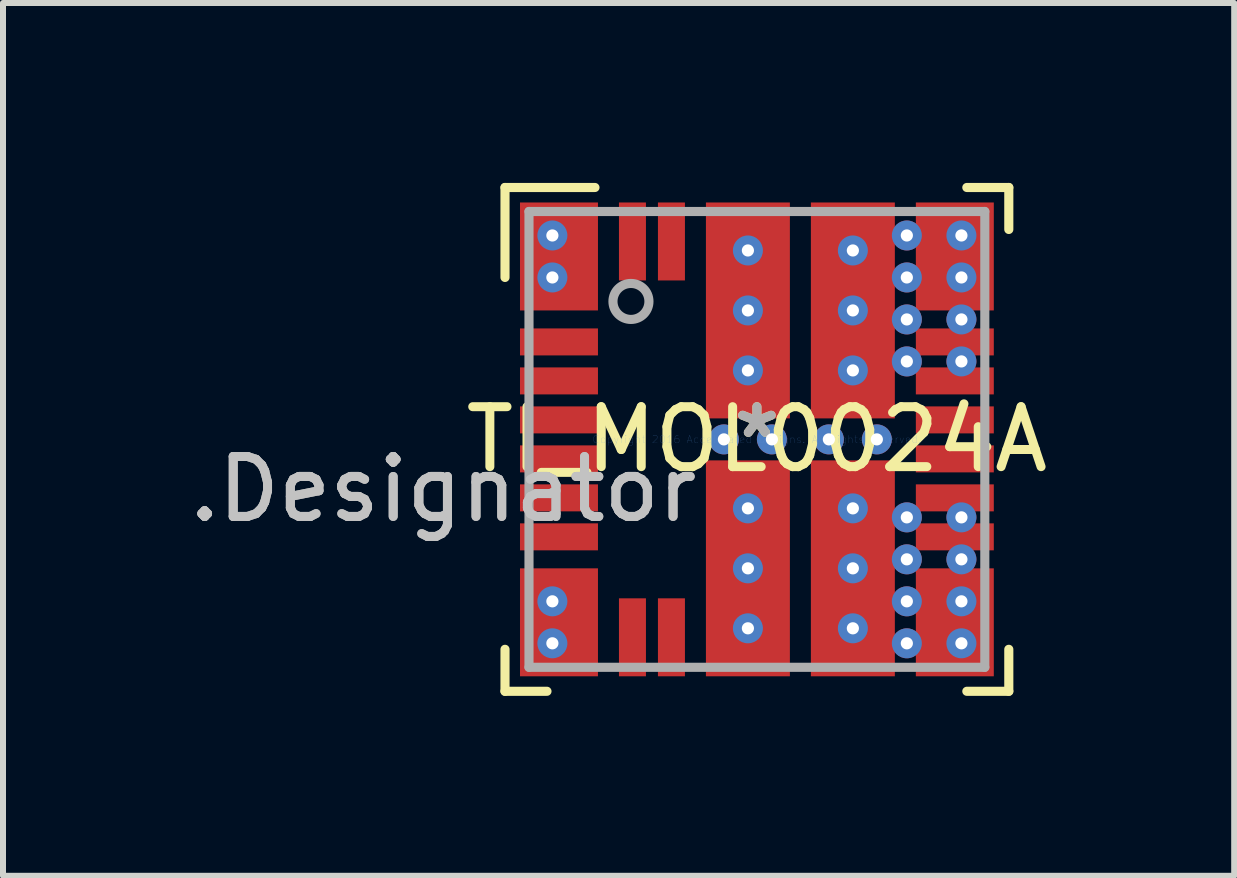
<source format=kicad_pcb>
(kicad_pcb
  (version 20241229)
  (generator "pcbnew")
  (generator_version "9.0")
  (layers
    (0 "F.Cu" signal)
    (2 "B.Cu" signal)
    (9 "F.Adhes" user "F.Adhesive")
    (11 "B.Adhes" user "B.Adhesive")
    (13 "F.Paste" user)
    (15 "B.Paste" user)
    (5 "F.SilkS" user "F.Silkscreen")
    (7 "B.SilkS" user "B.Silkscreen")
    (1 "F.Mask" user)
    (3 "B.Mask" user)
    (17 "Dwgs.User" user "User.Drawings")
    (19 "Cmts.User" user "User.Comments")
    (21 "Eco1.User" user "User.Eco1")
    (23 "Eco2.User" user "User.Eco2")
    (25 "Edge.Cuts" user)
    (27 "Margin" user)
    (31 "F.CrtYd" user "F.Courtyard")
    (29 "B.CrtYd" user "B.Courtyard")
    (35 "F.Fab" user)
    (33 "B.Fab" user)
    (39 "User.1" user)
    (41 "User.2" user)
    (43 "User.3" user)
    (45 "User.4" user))
  (footprint "TI_MOL0024A"
    (layer "F.Cu")
    (at 9.57 4.276)
    (property "Reference" "TI_MOL0024A" (at 0 0 0) (layer "F.SilkS") (effects (font (size 1 1) (thickness 0.15))))
    (fp_line (start -4.2 -4.2) (end -2.7 -4.2) (stroke (width 0.152) (type solid)) (layer "F.SilkS"))
    (fp_line (start -4.2 -2.7) (end -4.2 -4.2) (stroke (width 0.152) (type solid)) (layer "F.SilkS"))
    (fp_line (start -4.2 4.2) (end -4.2 3.5) (stroke (width 0.152) (type solid)) (layer "F.SilkS"))
    (fp_line (start -4.2 4.2) (end -3.5 4.2) (stroke (width 0.152) (type solid)) (layer "F.SilkS"))
    (fp_line (start 3.5 -4.2) (end 4.2 -4.2) (stroke (width 0.152) (type solid)) (layer "F.SilkS"))
    (fp_line (start 3.5 4.2) (end 4.2 4.2) (stroke (width 0.152) (type solid)) (layer "F.SilkS"))
    (fp_line (start 4.2 -3.5) (end 4.2 -4.2) (stroke (width 0.152) (type solid)) (layer "F.SilkS"))
    (fp_line (start 4.2 4.2) (end 4.2 3.5) (stroke (width 0.152) (type solid)) (layer "F.SilkS"))
    (fp_line (start -3.85 -3.8) (end -3.849 -3.81) (stroke (width 0.152) (type solid)) (layer "F.Paste"))
    (fp_line (start -3.85 -2.3) (end -3.85 -3.8) (stroke (width 0.152) (type solid)) (layer "F.Paste"))
    (fp_line (start -3.85 2.3) (end -3.849 2.29) (stroke (width 0.152) (type solid)) (layer "F.Paste"))
    (fp_line (start -3.85 3.8) (end -3.85 2.3) (stroke (width 0.152) (type solid)) (layer "F.Paste"))
    (fp_line (start -3.849 -3.81) (end -3.846 -3.819) (stroke (width 0.152) (type solid)) (layer "F.Paste"))
    (fp_line (start -3.849 -2.29) (end -3.85 -2.3) (stroke (width 0.152) (type solid)) (layer "F.Paste"))
    (fp_line (start -3.849 2.29) (end -3.846 2.281) (stroke (width 0.152) (type solid)) (layer "F.Paste"))
    (fp_line (start -3.849 3.81) (end -3.85 3.8) (stroke (width 0.152) (type solid)) (layer "F.Paste"))
    (fp_line (start -3.846 -3.819) (end -3.842 -3.828) (stroke (width 0.152) (type solid)) (layer "F.Paste"))
    (fp_line (start -3.846 -2.281) (end -3.849 -2.29) (stroke (width 0.152) (type solid)) (layer "F.Paste"))
    (fp_line (start -3.846 2.281) (end -3.842 2.272) (stroke (width 0.152) (type solid)) (layer "F.Paste"))
    (fp_line (start -3.846 3.819) (end -3.849 3.81) (stroke (width 0.152) (type solid)) (layer "F.Paste"))
    (fp_line (start -3.842 -3.828) (end -3.836 -3.836) (stroke (width 0.152) (type solid)) (layer "F.Paste"))
    (fp_line (start -3.842 -2.272) (end -3.846 -2.281) (stroke (width 0.152) (type solid)) (layer "F.Paste"))
    (fp_line (start -3.842 2.272) (end -3.836 2.264) (stroke (width 0.152) (type solid)) (layer "F.Paste"))
    (fp_line (start -3.842 3.828) (end -3.846 3.819) (stroke (width 0.152) (type solid)) (layer "F.Paste"))
    (fp_line (start -3.836 -3.836) (end -3.828 -3.842) (stroke (width 0.152) (type solid)) (layer "F.Paste"))
    (fp_line (start -3.836 -2.264) (end -3.842 -2.272) (stroke (width 0.152) (type solid)) (layer "F.Paste"))
    (fp_line (start -3.836 2.264) (end -3.828 2.258) (stroke (width 0.152) (type solid)) (layer "F.Paste"))
    (fp_line (start -3.836 3.836) (end -3.842 3.828) (stroke (width 0.152) (type solid)) (layer "F.Paste"))
    (fp_line (start -3.828 -3.842) (end -3.819 -3.846) (stroke (width 0.152) (type solid)) (layer "F.Paste"))
    (fp_line (start -3.828 -2.258) (end -3.836 -2.264) (stroke (width 0.152) (type solid)) (layer "F.Paste"))
    (fp_line (start -3.828 2.258) (end -3.819 2.254) (stroke (width 0.152) (type solid)) (layer "F.Paste"))
    (fp_line (start -3.828 3.842) (end -3.836 3.836) (stroke (width 0.152) (type solid)) (layer "F.Paste"))
    (fp_line (start -3.819 -3.846) (end -3.81 -3.849) (stroke (width 0.152) (type solid)) (layer "F.Paste"))
    (fp_line (start -3.819 -2.254) (end -3.828 -2.258) (stroke (width 0.152) (type solid)) (layer "F.Paste"))
    (fp_line (start -3.819 2.254) (end -3.81 2.251) (stroke (width 0.152) (type solid)) (layer "F.Paste"))
    (fp_line (start -3.819 3.846) (end -3.828 3.842) (stroke (width 0.152) (type solid)) (layer "F.Paste"))
    (fp_line (start -3.81 -3.849) (end -3.8 -3.85) (stroke (width 0.152) (type solid)) (layer "F.Paste"))
    (fp_line (start -3.81 -2.251) (end -3.819 -2.254) (stroke (width 0.152) (type solid)) (layer "F.Paste"))
    (fp_line (start -3.81 2.251) (end -3.8 2.25) (stroke (width 0.152) (type solid)) (layer "F.Paste"))
    (fp_line (start -3.81 3.849) (end -3.819 3.846) (stroke (width 0.152) (type solid)) (layer "F.Paste"))
    (fp_line (start -3.8 -3.85) (end -2.8 -3.85) (stroke (width 0.152) (type solid)) (layer "F.Paste"))
    (fp_line (start -3.8 -2.25) (end -3.81 -2.251) (stroke (width 0.152) (type solid)) (layer "F.Paste"))
    (fp_line (start -3.8 2.25) (end -2.8 2.25) (stroke (width 0.152) (type solid)) (layer "F.Paste"))
    (fp_line (start -3.8 3.85) (end -3.81 3.849) (stroke (width 0.152) (type solid)) (layer "F.Paste"))
    (fp_line (start -2.8 -3.85) (end -2.79 -3.849) (stroke (width 0.152) (type solid)) (layer "F.Paste"))
    (fp_line (start -2.8 -2.25) (end -3.8 -2.25) (stroke (width 0.152) (type solid)) (layer "F.Paste"))
    (fp_line (start -2.8 2.25) (end -2.79 2.251) (stroke (width 0.152) (type solid)) (layer "F.Paste"))
    (fp_line (start -2.8 3.85) (end -3.8 3.85) (stroke (width 0.152) (type solid)) (layer "F.Paste"))
    (fp_line (start -2.79 -3.849) (end -2.781 -3.846) (stroke (width 0.152) (type solid)) (layer "F.Paste"))
    (fp_line (start -2.79 -2.251) (end -2.8 -2.25) (stroke (width 0.152) (type solid)) (layer "F.Paste"))
    (fp_line (start -2.79 2.251) (end -2.781 2.254) (stroke (width 0.152) (type solid)) (layer "F.Paste"))
    (fp_line (start -2.79 3.849) (end -2.8 3.85) (stroke (width 0.152) (type solid)) (layer "F.Paste"))
    (fp_line (start -2.781 -3.846) (end -2.772 -3.842) (stroke (width 0.152) (type solid)) (layer "F.Paste"))
    (fp_line (start -2.781 -2.254) (end -2.79 -2.251) (stroke (width 0.152) (type solid)) (layer "F.Paste"))
    (fp_line (start -2.781 2.254) (end -2.772 2.258) (stroke (width 0.152) (type solid)) (layer "F.Paste"))
    (fp_line (start -2.781 3.846) (end -2.79 3.849) (stroke (width 0.152) (type solid)) (layer "F.Paste"))
    (fp_line (start -2.772 -3.842) (end -2.764 -3.836) (stroke (width 0.152) (type solid)) (layer "F.Paste"))
    (fp_line (start -2.772 -2.258) (end -2.781 -2.254) (stroke (width 0.152) (type solid)) (layer "F.Paste"))
    (fp_line (start -2.772 2.258) (end -2.764 2.264) (stroke (width 0.152) (type solid)) (layer "F.Paste"))
    (fp_line (start -2.772 3.842) (end -2.781 3.846) (stroke (width 0.152) (type solid)) (layer "F.Paste"))
    (fp_line (start -2.764 -3.836) (end -2.758 -3.828) (stroke (width 0.152) (type solid)) (layer "F.Paste"))
    (fp_line (start -2.764 -2.264) (end -2.772 -2.258) (stroke (width 0.152) (type solid)) (layer "F.Paste"))
    (fp_line (start -2.764 2.264) (end -2.758 2.272) (stroke (width 0.152) (type solid)) (layer "F.Paste"))
    (fp_line (start -2.764 3.836) (end -2.772 3.842) (stroke (width 0.152) (type solid)) (layer "F.Paste"))
    (fp_line (start -2.758 -3.828) (end -2.754 -3.819) (stroke (width 0.152) (type solid)) (layer "F.Paste"))
    (fp_line (start -2.758 -2.272) (end -2.764 -2.264) (stroke (width 0.152) (type solid)) (layer "F.Paste"))
    (fp_line (start -2.758 2.272) (end -2.754 2.281) (stroke (width 0.152) (type solid)) (layer "F.Paste"))
    (fp_line (start -2.758 3.828) (end -2.764 3.836) (stroke (width 0.152) (type solid)) (layer "F.Paste"))
    (fp_line (start -2.754 -3.819) (end -2.751 -3.81) (stroke (width 0.152) (type solid)) (layer "F.Paste"))
    (fp_line (start -2.754 -2.281) (end -2.758 -2.272) (stroke (width 0.152) (type solid)) (layer "F.Paste"))
    (fp_line (start -2.754 2.281) (end -2.751 2.29) (stroke (width 0.152) (type solid)) (layer "F.Paste"))
    (fp_line (start -2.754 3.819) (end -2.758 3.828) (stroke (width 0.152) (type solid)) (layer "F.Paste"))
    (fp_line (start -2.751 -3.81) (end -2.75 -3.8) (stroke (width 0.152) (type solid)) (layer "F.Paste"))
    (fp_line (start -2.751 -2.29) (end -2.754 -2.281) (stroke (width 0.152) (type solid)) (layer "F.Paste"))
    (fp_line (start -2.751 2.29) (end -2.75 2.3) (stroke (width 0.152) (type solid)) (layer "F.Paste"))
    (fp_line (start -2.751 3.81) (end -2.754 3.819) (stroke (width 0.152) (type solid)) (layer "F.Paste"))
    (fp_line (start -2.75 -3.8) (end -2.75 -2.3) (stroke (width 0.152) (type solid)) (layer "F.Paste"))
    (fp_line (start -2.75 -2.3) (end -2.751 -2.29) (stroke (width 0.152) (type solid)) (layer "F.Paste"))
    (fp_line (start -2.75 2.3) (end -2.75 3.8) (stroke (width 0.152) (type solid)) (layer "F.Paste"))
    (fp_line (start -2.75 3.8) (end -2.751 3.81) (stroke (width 0.152) (type solid)) (layer "F.Paste"))
    (fp_line (start -0.75 -3.802) (end -0.749 -3.811) (stroke (width 0.152) (type solid)) (layer "F.Paste"))
    (fp_line (start -0.75 -2.298) (end -0.75 -3.802) (stroke (width 0.152) (type solid)) (layer "F.Paste"))
    (fp_line (start -0.75 -2.002) (end -0.749 -2.011) (stroke (width 0.152) (type solid)) (layer "F.Paste"))
    (fp_line (start -0.75 -0.498) (end -0.75 -2.002) (stroke (width 0.152) (type solid)) (layer "F.Paste"))
    (fp_line (start -0.75 0.498) (end -0.749 0.489) (stroke (width 0.152) (type solid)) (layer "F.Paste"))
    (fp_line (start -0.75 2.002) (end -0.75 0.498) (stroke (width 0.152) (type solid)) (layer "F.Paste"))
    (fp_line (start -0.75 2.298) (end -0.749 2.289) (stroke (width 0.152) (type solid)) (layer "F.Paste"))
    (fp_line (start -0.75 3.802) (end -0.75 2.298) (stroke (width 0.152) (type solid)) (layer "F.Paste"))
    (fp_line (start -0.749 -3.811) (end -0.746 -3.82) (stroke (width 0.152) (type solid)) (layer "F.Paste"))
    (fp_line (start -0.749 -2.289) (end -0.75 -2.298) (stroke (width 0.152) (type solid)) (layer "F.Paste"))
    (fp_line (start -0.749 -2.011) (end -0.746 -2.02) (stroke (width 0.152) (type solid)) (layer "F.Paste"))
    (fp_line (start -0.749 -0.489) (end -0.75 -0.498) (stroke (width 0.152) (type solid)) (layer "F.Paste"))
    (fp_line (start -0.749 0.489) (end -0.746 0.48) (stroke (width 0.152) (type solid)) (layer "F.Paste"))
    (fp_line (start -0.749 2.011) (end -0.75 2.002) (stroke (width 0.152) (type solid)) (layer "F.Paste"))
    (fp_line (start -0.749 2.289) (end -0.746 2.28) (stroke (width 0.152) (type solid)) (layer "F.Paste"))
    (fp_line (start -0.749 3.811) (end -0.75 3.802) (stroke (width 0.152) (type solid)) (layer "F.Paste"))
    (fp_line (start -0.746 -3.82) (end -0.742 -3.829) (stroke (width 0.152) (type solid)) (layer "F.Paste"))
    (fp_line (start -0.746 -2.28) (end -0.749 -2.289) (stroke (width 0.152) (type solid)) (layer "F.Paste"))
    (fp_line (start -0.746 -2.02) (end -0.742 -2.029) (stroke (width 0.152) (type solid)) (layer "F.Paste"))
    (fp_line (start -0.746 -0.48) (end -0.749 -0.489) (stroke (width 0.152) (type solid)) (layer "F.Paste"))
    (fp_line (start -0.746 0.48) (end -0.742 0.471) (stroke (width 0.152) (type solid)) (layer "F.Paste"))
    (fp_line (start -0.746 2.02) (end -0.749 2.011) (stroke (width 0.152) (type solid)) (layer "F.Paste"))
    (fp_line (start -0.746 2.28) (end -0.742 2.271) (stroke (width 0.152) (type solid)) (layer "F.Paste"))
    (fp_line (start -0.746 3.82) (end -0.749 3.811) (stroke (width 0.152) (type solid)) (layer "F.Paste"))
    (fp_line (start -0.742 -3.829) (end -0.736 -3.836) (stroke (width 0.152) (type solid)) (layer "F.Paste"))
    (fp_line (start -0.742 -2.271) (end -0.746 -2.28) (stroke (width 0.152) (type solid)) (layer "F.Paste"))
    (fp_line (start -0.742 -2.029) (end -0.736 -2.036) (stroke (width 0.152) (type solid)) (layer "F.Paste"))
    (fp_line (start -0.742 -0.471) (end -0.746 -0.48) (stroke (width 0.152) (type solid)) (layer "F.Paste"))
    (fp_line (start -0.742 0.471) (end -0.736 0.464) (stroke (width 0.152) (type solid)) (layer "F.Paste"))
    (fp_line (start -0.742 2.029) (end -0.746 2.02) (stroke (width 0.152) (type solid)) (layer "F.Paste"))
    (fp_line (start -0.742 2.271) (end -0.736 2.264) (stroke (width 0.152) (type solid)) (layer "F.Paste"))
    (fp_line (start -0.742 3.829) (end -0.746 3.82) (stroke (width 0.152) (type solid)) (layer "F.Paste"))
    (fp_line (start -0.736 -3.836) (end -0.729 -3.842) (stroke (width 0.152) (type solid)) (layer "F.Paste"))
    (fp_line (start -0.736 -2.264) (end -0.742 -2.271) (stroke (width 0.152) (type solid)) (layer "F.Paste"))
    (fp_line (start -0.736 -2.036) (end -0.729 -2.042) (stroke (width 0.152) (type solid)) (layer "F.Paste"))
    (fp_line (start -0.736 -0.464) (end -0.742 -0.471) (stroke (width 0.152) (type solid)) (layer "F.Paste"))
    (fp_line (start -0.736 0.464) (end -0.729 0.458) (stroke (width 0.152) (type solid)) (layer "F.Paste"))
    (fp_line (start -0.736 2.036) (end -0.742 2.029) (stroke (width 0.152) (type solid)) (layer "F.Paste"))
    (fp_line (start -0.736 2.264) (end -0.729 2.258) (stroke (width 0.152) (type solid)) (layer "F.Paste"))
    (fp_line (start -0.736 3.836) (end -0.742 3.829) (stroke (width 0.152) (type solid)) (layer "F.Paste"))
    (fp_line (start -0.729 -3.842) (end -0.72 -3.846) (stroke (width 0.152) (type solid)) (layer "F.Paste"))
    (fp_line (start -0.729 -2.258) (end -0.736 -2.264) (stroke (width 0.152) (type solid)) (layer "F.Paste"))
    (fp_line (start -0.729 -2.042) (end -0.72 -2.046) (stroke (width 0.152) (type solid)) (layer "F.Paste"))
    (fp_line (start -0.729 -0.458) (end -0.736 -0.464) (stroke (width 0.152) (type solid)) (layer "F.Paste"))
    (fp_line (start -0.729 0.458) (end -0.72 0.454) (stroke (width 0.152) (type solid)) (layer "F.Paste"))
    (fp_line (start -0.729 2.042) (end -0.736 2.036) (stroke (width 0.152) (type solid)) (layer "F.Paste"))
    (fp_line (start -0.729 2.258) (end -0.72 2.254) (stroke (width 0.152) (type solid)) (layer "F.Paste"))
    (fp_line (start -0.729 3.842) (end -0.736 3.836) (stroke (width 0.152) (type solid)) (layer "F.Paste"))
    (fp_line (start -0.72 -3.846) (end -0.711 -3.849) (stroke (width 0.152) (type solid)) (layer "F.Paste"))
    (fp_line (start -0.72 -2.254) (end -0.729 -2.258) (stroke (width 0.152) (type solid)) (layer "F.Paste"))
    (fp_line (start -0.72 -2.046) (end -0.711 -2.049) (stroke (width 0.152) (type solid)) (layer "F.Paste"))
    (fp_line (start -0.72 -0.454) (end -0.729 -0.458) (stroke (width 0.152) (type solid)) (layer "F.Paste"))
    (fp_line (start -0.72 0.454) (end -0.711 0.451) (stroke (width 0.152) (type solid)) (layer "F.Paste"))
    (fp_line (start -0.72 2.046) (end -0.729 2.042) (stroke (width 0.152) (type solid)) (layer "F.Paste"))
    (fp_line (start -0.72 2.254) (end -0.711 2.251) (stroke (width 0.152) (type solid)) (layer "F.Paste"))
    (fp_line (start -0.72 3.846) (end -0.729 3.842) (stroke (width 0.152) (type solid)) (layer "F.Paste"))
    (fp_line (start -0.711 -3.849) (end -0.702 -3.85) (stroke (width 0.152) (type solid)) (layer "F.Paste"))
    (fp_line (start -0.711 -2.251) (end -0.72 -2.254) (stroke (width 0.152) (type solid)) (layer "F.Paste"))
    (fp_line (start -0.711 -2.049) (end -0.702 -2.05) (stroke (width 0.152) (type solid)) (layer "F.Paste"))
    (fp_line (start -0.711 -0.451) (end -0.72 -0.454) (stroke (width 0.152) (type solid)) (layer "F.Paste"))
    (fp_line (start -0.711 0.451) (end -0.702 0.45) (stroke (width 0.152) (type solid)) (layer "F.Paste"))
    (fp_line (start -0.711 2.049) (end -0.72 2.046) (stroke (width 0.152) (type solid)) (layer "F.Paste"))
    (fp_line (start -0.711 2.251) (end -0.702 2.25) (stroke (width 0.152) (type solid)) (layer "F.Paste"))
    (fp_line (start -0.711 3.849) (end -0.72 3.846) (stroke (width 0.152) (type solid)) (layer "F.Paste"))
    (fp_line (start -0.702 -3.85) (end 0.402 -3.85) (stroke (width 0.152) (type solid)) (layer "F.Paste"))
    (fp_line (start -0.702 -2.25) (end -0.711 -2.251) (stroke (width 0.152) (type solid)) (layer "F.Paste"))
    (fp_line (start -0.702 -2.05) (end 0.402 -2.05) (stroke (width 0.152) (type solid)) (layer "F.Paste"))
    (fp_line (start -0.702 -0.45) (end -0.711 -0.451) (stroke (width 0.152) (type solid)) (layer "F.Paste"))
    (fp_line (start -0.702 0.45) (end 0.402 0.45) (stroke (width 0.152) (type solid)) (layer "F.Paste"))
    (fp_line (start -0.702 2.05) (end -0.711 2.049) (stroke (width 0.152) (type solid)) (layer "F.Paste"))
    (fp_line (start -0.702 2.25) (end 0.402 2.25) (stroke (width 0.152) (type solid)) (layer "F.Paste"))
    (fp_line (start -0.702 3.85) (end -0.711 3.849) (stroke (width 0.152) (type solid)) (layer "F.Paste"))
    (fp_line (start 0.402 -3.85) (end 0.411 -3.849) (stroke (width 0.152) (type solid)) (layer "F.Paste"))
    (fp_line (start 0.402 -2.25) (end -0.702 -2.25) (stroke (width 0.152) (type solid)) (layer "F.Paste"))
    (fp_line (start 0.402 -2.05) (end 0.411 -2.049) (stroke (width 0.152) (type solid)) (layer "F.Paste"))
    (fp_line (start 0.402 -0.45) (end -0.702 -0.45) (stroke (width 0.152) (type solid)) (layer "F.Paste"))
    (fp_line (start 0.402 0.45) (end 0.411 0.451) (stroke (width 0.152) (type solid)) (layer "F.Paste"))
    (fp_line (start 0.402 2.05) (end -0.702 2.05) (stroke (width 0.152) (type solid)) (layer "F.Paste"))
    (fp_line (start 0.402 2.25) (end 0.411 2.251) (stroke (width 0.152) (type solid)) (layer "F.Paste"))
    (fp_line (start 0.402 3.85) (end -0.702 3.85) (stroke (width 0.152) (type solid)) (layer "F.Paste"))
    (fp_line (start 0.411 -3.849) (end 0.42 -3.846) (stroke (width 0.152) (type solid)) (layer "F.Paste"))
    (fp_line (start 0.411 -2.251) (end 0.402 -2.25) (stroke (width 0.152) (type solid)) (layer "F.Paste"))
    (fp_line (start 0.411 -2.049) (end 0.42 -2.046) (stroke (width 0.152) (type solid)) (layer "F.Paste"))
    (fp_line (start 0.411 -0.451) (end 0.402 -0.45) (stroke (width 0.152) (type solid)) (layer "F.Paste"))
    (fp_line (start 0.411 0.451) (end 0.42 0.454) (stroke (width 0.152) (type solid)) (layer "F.Paste"))
    (fp_line (start 0.411 2.049) (end 0.402 2.05) (stroke (width 0.152) (type solid)) (layer "F.Paste"))
    (fp_line (start 0.411 2.251) (end 0.42 2.254) (stroke (width 0.152) (type solid)) (layer "F.Paste"))
    (fp_line (start 0.411 3.849) (end 0.402 3.85) (stroke (width 0.152) (type solid)) (layer "F.Paste"))
    (fp_line (start 0.42 -3.846) (end 0.429 -3.842) (stroke (width 0.152) (type solid)) (layer "F.Paste"))
    (fp_line (start 0.42 -2.254) (end 0.411 -2.251) (stroke (width 0.152) (type solid)) (layer "F.Paste"))
    (fp_line (start 0.42 -2.046) (end 0.429 -2.042) (stroke (width 0.152) (type solid)) (layer "F.Paste"))
    (fp_line (start 0.42 -0.454) (end 0.411 -0.451) (stroke (width 0.152) (type solid)) (layer "F.Paste"))
    (fp_line (start 0.42 0.454) (end 0.429 0.458) (stroke (width 0.152) (type solid)) (layer "F.Paste"))
    (fp_line (start 0.42 2.046) (end 0.411 2.049) (stroke (width 0.152) (type solid)) (layer "F.Paste"))
    (fp_line (start 0.42 2.254) (end 0.429 2.258) (stroke (width 0.152) (type solid)) (layer "F.Paste"))
    (fp_line (start 0.42 3.846) (end 0.411 3.849) (stroke (width 0.152) (type solid)) (layer "F.Paste"))
    (fp_line (start 0.429 -3.842) (end 0.436 -3.836) (stroke (width 0.152) (type solid)) (layer "F.Paste"))
    (fp_line (start 0.429 -2.258) (end 0.42 -2.254) (stroke (width 0.152) (type solid)) (layer "F.Paste"))
    (fp_line (start 0.429 -2.042) (end 0.436 -2.036) (stroke (width 0.152) (type solid)) (layer "F.Paste"))
    (fp_line (start 0.429 -0.458) (end 0.42 -0.454) (stroke (width 0.152) (type solid)) (layer "F.Paste"))
    (fp_line (start 0.429 0.458) (end 0.436 0.464) (stroke (width 0.152) (type solid)) (layer "F.Paste"))
    (fp_line (start 0.429 2.042) (end 0.42 2.046) (stroke (width 0.152) (type solid)) (layer "F.Paste"))
    (fp_line (start 0.429 2.258) (end 0.436 2.264) (stroke (width 0.152) (type solid)) (layer "F.Paste"))
    (fp_line (start 0.429 3.842) (end 0.42 3.846) (stroke (width 0.152) (type solid)) (layer "F.Paste"))
    (fp_line (start 0.436 -3.836) (end 0.442 -3.829) (stroke (width 0.152) (type solid)) (layer "F.Paste"))
    (fp_line (start 0.436 -2.264) (end 0.429 -2.258) (stroke (width 0.152) (type solid)) (layer "F.Paste"))
    (fp_line (start 0.436 -2.036) (end 0.442 -2.029) (stroke (width 0.152) (type solid)) (layer "F.Paste"))
    (fp_line (start 0.436 -0.464) (end 0.429 -0.458) (stroke (width 0.152) (type solid)) (layer "F.Paste"))
    (fp_line (start 0.436 0.464) (end 0.442 0.471) (stroke (width 0.152) (type solid)) (layer "F.Paste"))
    (fp_line (start 0.436 2.036) (end 0.429 2.042) (stroke (width 0.152) (type solid)) (layer "F.Paste"))
    (fp_line (start 0.436 2.264) (end 0.442 2.271) (stroke (width 0.152) (type solid)) (layer "F.Paste"))
    (fp_line (start 0.436 3.836) (end 0.429 3.842) (stroke (width 0.152) (type solid)) (layer "F.Paste"))
    (fp_line (start 0.442 -3.829) (end 0.446 -3.82) (stroke (width 0.152) (type solid)) (layer "F.Paste"))
    (fp_line (start 0.442 -2.271) (end 0.436 -2.264) (stroke (width 0.152) (type solid)) (layer "F.Paste"))
    (fp_line (start 0.442 -2.029) (end 0.446 -2.02) (stroke (width 0.152) (type solid)) (layer "F.Paste"))
    (fp_line (start 0.442 -0.471) (end 0.436 -0.464) (stroke (width 0.152) (type solid)) (layer "F.Paste"))
    (fp_line (start 0.442 0.471) (end 0.446 0.48) (stroke (width 0.152) (type solid)) (layer "F.Paste"))
    (fp_line (start 0.442 2.029) (end 0.436 2.036) (stroke (width 0.152) (type solid)) (layer "F.Paste"))
    (fp_line (start 0.442 2.271) (end 0.446 2.28) (stroke (width 0.152) (type solid)) (layer "F.Paste"))
    (fp_line (start 0.442 3.829) (end 0.436 3.836) (stroke (width 0.152) (type solid)) (layer "F.Paste"))
    (fp_line (start 0.446 -3.82) (end 0.449 -3.811) (stroke (width 0.152) (type solid)) (layer "F.Paste"))
    (fp_line (start 0.446 -2.28) (end 0.442 -2.271) (stroke (width 0.152) (type solid)) (layer "F.Paste"))
    (fp_line (start 0.446 -2.02) (end 0.449 -2.011) (stroke (width 0.152) (type solid)) (layer "F.Paste"))
    (fp_line (start 0.446 -0.48) (end 0.442 -0.471) (stroke (width 0.152) (type solid)) (layer "F.Paste"))
    (fp_line (start 0.446 0.48) (end 0.449 0.489) (stroke (width 0.152) (type solid)) (layer "F.Paste"))
    (fp_line (start 0.446 2.02) (end 0.442 2.029) (stroke (width 0.152) (type solid)) (layer "F.Paste"))
    (fp_line (start 0.446 2.28) (end 0.449 2.289) (stroke (width 0.152) (type solid)) (layer "F.Paste"))
    (fp_line (start 0.446 3.82) (end 0.442 3.829) (stroke (width 0.152) (type solid)) (layer "F.Paste"))
    (fp_line (start 0.449 -3.811) (end 0.45 -3.802) (stroke (width 0.152) (type solid)) (layer "F.Paste"))
    (fp_line (start 0.449 -2.289) (end 0.446 -2.28) (stroke (width 0.152) (type solid)) (layer "F.Paste"))
    (fp_line (start 0.449 -2.011) (end 0.45 -2.002) (stroke (width 0.152) (type solid)) (layer "F.Paste"))
    (fp_line (start 0.449 -0.489) (end 0.446 -0.48) (stroke (width 0.152) (type solid)) (layer "F.Paste"))
    (fp_line (start 0.449 0.489) (end 0.45 0.498) (stroke (width 0.152) (type solid)) (layer "F.Paste"))
    (fp_line (start 0.449 2.011) (end 0.446 2.02) (stroke (width 0.152) (type solid)) (layer "F.Paste"))
    (fp_line (start 0.449 2.289) (end 0.45 2.298) (stroke (width 0.152) (type solid)) (layer "F.Paste"))
    (fp_line (start 0.449 3.811) (end 0.446 3.82) (stroke (width 0.152) (type solid)) (layer "F.Paste"))
    (fp_line (start 0.45 -3.802) (end 0.45 -2.298) (stroke (width 0.152) (type solid)) (layer "F.Paste"))
    (fp_line (start 0.45 -2.298) (end 0.449 -2.289) (stroke (width 0.152) (type solid)) (layer "F.Paste"))
    (fp_line (start 0.45 -2.002) (end 0.45 -0.498) (stroke (width 0.152) (type solid)) (layer "F.Paste"))
    (fp_line (start 0.45 -0.498) (end 0.449 -0.489) (stroke (width 0.152) (type solid)) (layer "F.Paste"))
    (fp_line (start 0.45 0.498) (end 0.45 2.002) (stroke (width 0.152) (type solid)) (layer "F.Paste"))
    (fp_line (start 0.45 2.002) (end 0.449 2.011) (stroke (width 0.152) (type solid)) (layer "F.Paste"))
    (fp_line (start 0.45 2.298) (end 0.45 3.802) (stroke (width 0.152) (type solid)) (layer "F.Paste"))
    (fp_line (start 0.45 3.802) (end 0.449 3.811) (stroke (width 0.152) (type solid)) (layer "F.Paste"))
    (fp_line (start 1 -3.802) (end 1.001 -3.811) (stroke (width 0.152) (type solid)) (layer "F.Paste"))
    (fp_line (start 1 -2.298) (end 1 -3.802) (stroke (width 0.152) (type solid)) (layer "F.Paste"))
    (fp_line (start 1 -2.002) (end 1.001 -2.011) (stroke (width 0.152) (type solid)) (layer "F.Paste"))
    (fp_line (start 1 -0.498) (end 1 -2.002) (stroke (width 0.152) (type solid)) (layer "F.Paste"))
    (fp_line (start 1 0.498) (end 1.001 0.489) (stroke (width 0.152) (type solid)) (layer "F.Paste"))
    (fp_line (start 1 2.002) (end 1 0.498) (stroke (width 0.152) (type solid)) (layer "F.Paste"))
    (fp_line (start 1 2.298) (end 1.001 2.289) (stroke (width 0.152) (type solid)) (layer "F.Paste"))
    (fp_line (start 1 3.802) (end 1 2.298) (stroke (width 0.152) (type solid)) (layer "F.Paste"))
    (fp_line (start 1.001 -3.811) (end 1.004 -3.82) (stroke (width 0.152) (type solid)) (layer "F.Paste"))
    (fp_line (start 1.001 -2.289) (end 1 -2.298) (stroke (width 0.152) (type solid)) (layer "F.Paste"))
    (fp_line (start 1.001 -2.011) (end 1.004 -2.02) (stroke (width 0.152) (type solid)) (layer "F.Paste"))
    (fp_line (start 1.001 -0.489) (end 1 -0.498) (stroke (width 0.152) (type solid)) (layer "F.Paste"))
    (fp_line (start 1.001 0.489) (end 1.004 0.48) (stroke (width 0.152) (type solid)) (layer "F.Paste"))
    (fp_line (start 1.001 2.011) (end 1 2.002) (stroke (width 0.152) (type solid)) (layer "F.Paste"))
    (fp_line (start 1.001 2.289) (end 1.004 2.28) (stroke (width 0.152) (type solid)) (layer "F.Paste"))
    (fp_line (start 1.001 3.811) (end 1 3.802) (stroke (width 0.152) (type solid)) (layer "F.Paste"))
    (fp_line (start 1.004 -3.82) (end 1.008 -3.829) (stroke (width 0.152) (type solid)) (layer "F.Paste"))
    (fp_line (start 1.004 -2.28) (end 1.001 -2.289) (stroke (width 0.152) (type solid)) (layer "F.Paste"))
    (fp_line (start 1.004 -2.02) (end 1.008 -2.029) (stroke (width 0.152) (type solid)) (layer "F.Paste"))
    (fp_line (start 1.004 -0.48) (end 1.001 -0.489) (stroke (width 0.152) (type solid)) (layer "F.Paste"))
    (fp_line (start 1.004 0.48) (end 1.008 0.471) (stroke (width 0.152) (type solid)) (layer "F.Paste"))
    (fp_line (start 1.004 2.02) (end 1.001 2.011) (stroke (width 0.152) (type solid)) (layer "F.Paste"))
    (fp_line (start 1.004 2.28) (end 1.008 2.271) (stroke (width 0.152) (type solid)) (layer "F.Paste"))
    (fp_line (start 1.004 3.82) (end 1.001 3.811) (stroke (width 0.152) (type solid)) (layer "F.Paste"))
    (fp_line (start 1.008 -3.829) (end 1.014 -3.836) (stroke (width 0.152) (type solid)) (layer "F.Paste"))
    (fp_line (start 1.008 -2.271) (end 1.004 -2.28) (stroke (width 0.152) (type solid)) (layer "F.Paste"))
    (fp_line (start 1.008 -2.029) (end 1.014 -2.036) (stroke (width 0.152) (type solid)) (layer "F.Paste"))
    (fp_line (start 1.008 -0.471) (end 1.004 -0.48) (stroke (width 0.152) (type solid)) (layer "F.Paste"))
    (fp_line (start 1.008 0.471) (end 1.014 0.464) (stroke (width 0.152) (type solid)) (layer "F.Paste"))
    (fp_line (start 1.008 2.029) (end 1.004 2.02) (stroke (width 0.152) (type solid)) (layer "F.Paste"))
    (fp_line (start 1.008 2.271) (end 1.014 2.264) (stroke (width 0.152) (type solid)) (layer "F.Paste"))
    (fp_line (start 1.008 3.829) (end 1.004 3.82) (stroke (width 0.152) (type solid)) (layer "F.Paste"))
    (fp_line (start 1.014 -3.836) (end 1.021 -3.842) (stroke (width 0.152) (type solid)) (layer "F.Paste"))
    (fp_line (start 1.014 -2.264) (end 1.008 -2.271) (stroke (width 0.152) (type solid)) (layer "F.Paste"))
    (fp_line (start 1.014 -2.036) (end 1.021 -2.042) (stroke (width 0.152) (type solid)) (layer "F.Paste"))
    (fp_line (start 1.014 -0.464) (end 1.008 -0.471) (stroke (width 0.152) (type solid)) (layer "F.Paste"))
    (fp_line (start 1.014 0.464) (end 1.021 0.458) (stroke (width 0.152) (type solid)) (layer "F.Paste"))
    (fp_line (start 1.014 2.036) (end 1.008 2.029) (stroke (width 0.152) (type solid)) (layer "F.Paste"))
    (fp_line (start 1.014 2.264) (end 1.021 2.258) (stroke (width 0.152) (type solid)) (layer "F.Paste"))
    (fp_line (start 1.014 3.836) (end 1.008 3.829) (stroke (width 0.152) (type solid)) (layer "F.Paste"))
    (fp_line (start 1.021 -3.842) (end 1.03 -3.846) (stroke (width 0.152) (type solid)) (layer "F.Paste"))
    (fp_line (start 1.021 -2.258) (end 1.014 -2.264) (stroke (width 0.152) (type solid)) (layer "F.Paste"))
    (fp_line (start 1.021 -2.042) (end 1.03 -2.046) (stroke (width 0.152) (type solid)) (layer "F.Paste"))
    (fp_line (start 1.021 -0.458) (end 1.014 -0.464) (stroke (width 0.152) (type solid)) (layer "F.Paste"))
    (fp_line (start 1.021 0.458) (end 1.03 0.454) (stroke (width 0.152) (type solid)) (layer "F.Paste"))
    (fp_line (start 1.021 2.042) (end 1.014 2.036) (stroke (width 0.152) (type solid)) (layer "F.Paste"))
    (fp_line (start 1.021 2.258) (end 1.03 2.254) (stroke (width 0.152) (type solid)) (layer "F.Paste"))
    (fp_line (start 1.021 3.842) (end 1.014 3.836) (stroke (width 0.152) (type solid)) (layer "F.Paste"))
    (fp_line (start 1.03 -3.846) (end 1.039 -3.849) (stroke (width 0.152) (type solid)) (layer "F.Paste"))
    (fp_line (start 1.03 -2.254) (end 1.021 -2.258) (stroke (width 0.152) (type solid)) (layer "F.Paste"))
    (fp_line (start 1.03 -2.046) (end 1.039 -2.049) (stroke (width 0.152) (type solid)) (layer "F.Paste"))
    (fp_line (start 1.03 -0.454) (end 1.021 -0.458) (stroke (width 0.152) (type solid)) (layer "F.Paste"))
    (fp_line (start 1.03 0.454) (end 1.039 0.451) (stroke (width 0.152) (type solid)) (layer "F.Paste"))
    (fp_line (start 1.03 2.046) (end 1.021 2.042) (stroke (width 0.152) (type solid)) (layer "F.Paste"))
    (fp_line (start 1.03 2.254) (end 1.039 2.251) (stroke (width 0.152) (type solid)) (layer "F.Paste"))
    (fp_line (start 1.03 3.846) (end 1.021 3.842) (stroke (width 0.152) (type solid)) (layer "F.Paste"))
    (fp_line (start 1.039 -3.849) (end 1.048 -3.85) (stroke (width 0.152) (type solid)) (layer "F.Paste"))
    (fp_line (start 1.039 -2.251) (end 1.03 -2.254) (stroke (width 0.152) (type solid)) (layer "F.Paste"))
    (fp_line (start 1.039 -2.049) (end 1.048 -2.05) (stroke (width 0.152) (type solid)) (layer "F.Paste"))
    (fp_line (start 1.039 -0.451) (end 1.03 -0.454) (stroke (width 0.152) (type solid)) (layer "F.Paste"))
    (fp_line (start 1.039 0.451) (end 1.048 0.45) (stroke (width 0.152) (type solid)) (layer "F.Paste"))
    (fp_line (start 1.039 2.049) (end 1.03 2.046) (stroke (width 0.152) (type solid)) (layer "F.Paste"))
    (fp_line (start 1.039 2.251) (end 1.048 2.25) (stroke (width 0.152) (type solid)) (layer "F.Paste"))
    (fp_line (start 1.039 3.849) (end 1.03 3.846) (stroke (width 0.152) (type solid)) (layer "F.Paste"))
    (fp_line (start 1.048 -3.85) (end 2.152 -3.85) (stroke (width 0.152) (type solid)) (layer "F.Paste"))
    (fp_line (start 1.048 -2.25) (end 1.039 -2.251) (stroke (width 0.152) (type solid)) (layer "F.Paste"))
    (fp_line (start 1.048 -2.05) (end 2.152 -2.05) (stroke (width 0.152) (type solid)) (layer "F.Paste"))
    (fp_line (start 1.048 -0.45) (end 1.039 -0.451) (stroke (width 0.152) (type solid)) (layer "F.Paste"))
    (fp_line (start 1.048 0.45) (end 2.152 0.45) (stroke (width 0.152) (type solid)) (layer "F.Paste"))
    (fp_line (start 1.048 2.05) (end 1.039 2.049) (stroke (width 0.152) (type solid)) (layer "F.Paste"))
    (fp_line (start 1.048 2.25) (end 2.152 2.25) (stroke (width 0.152) (type solid)) (layer "F.Paste"))
    (fp_line (start 1.048 3.85) (end 1.039 3.849) (stroke (width 0.152) (type solid)) (layer "F.Paste"))
    (fp_line (start 2.152 -3.85) (end 2.161 -3.849) (stroke (width 0.152) (type solid)) (layer "F.Paste"))
    (fp_line (start 2.152 -2.25) (end 1.048 -2.25) (stroke (width 0.152) (type solid)) (layer "F.Paste"))
    (fp_line (start 2.152 -2.05) (end 2.161 -2.049) (stroke (width 0.152) (type solid)) (layer "F.Paste"))
    (fp_line (start 2.152 -0.45) (end 1.048 -0.45) (stroke (width 0.152) (type solid)) (layer "F.Paste"))
    (fp_line (start 2.152 0.45) (end 2.161 0.451) (stroke (width 0.152) (type solid)) (layer "F.Paste"))
    (fp_line (start 2.152 2.05) (end 1.048 2.05) (stroke (width 0.152) (type solid)) (layer "F.Paste"))
    (fp_line (start 2.152 2.25) (end 2.161 2.251) (stroke (width 0.152) (type solid)) (layer "F.Paste"))
    (fp_line (start 2.152 3.85) (end 1.048 3.85) (stroke (width 0.152) (type solid)) (layer "F.Paste"))
    (fp_line (start 2.161 -3.849) (end 2.17 -3.846) (stroke (width 0.152) (type solid)) (layer "F.Paste"))
    (fp_line (start 2.161 -2.251) (end 2.152 -2.25) (stroke (width 0.152) (type solid)) (layer "F.Paste"))
    (fp_line (start 2.161 -2.049) (end 2.17 -2.046) (stroke (width 0.152) (type solid)) (layer "F.Paste"))
    (fp_line (start 2.161 -0.451) (end 2.152 -0.45) (stroke (width 0.152) (type solid)) (layer "F.Paste"))
    (fp_line (start 2.161 0.451) (end 2.17 0.454) (stroke (width 0.152) (type solid)) (layer "F.Paste"))
    (fp_line (start 2.161 2.049) (end 2.152 2.05) (stroke (width 0.152) (type solid)) (layer "F.Paste"))
    (fp_line (start 2.161 2.251) (end 2.17 2.254) (stroke (width 0.152) (type solid)) (layer "F.Paste"))
    (fp_line (start 2.161 3.849) (end 2.152 3.85) (stroke (width 0.152) (type solid)) (layer "F.Paste"))
    (fp_line (start 2.17 -3.846) (end 2.179 -3.842) (stroke (width 0.152) (type solid)) (layer "F.Paste"))
    (fp_line (start 2.17 -2.254) (end 2.161 -2.251) (stroke (width 0.152) (type solid)) (layer "F.Paste"))
    (fp_line (start 2.17 -2.046) (end 2.179 -2.042) (stroke (width 0.152) (type solid)) (layer "F.Paste"))
    (fp_line (start 2.17 -0.454) (end 2.161 -0.451) (stroke (width 0.152) (type solid)) (layer "F.Paste"))
    (fp_line (start 2.17 0.454) (end 2.179 0.458) (stroke (width 0.152) (type solid)) (layer "F.Paste"))
    (fp_line (start 2.17 2.046) (end 2.161 2.049) (stroke (width 0.152) (type solid)) (layer "F.Paste"))
    (fp_line (start 2.17 2.254) (end 2.179 2.258) (stroke (width 0.152) (type solid)) (layer "F.Paste"))
    (fp_line (start 2.17 3.846) (end 2.161 3.849) (stroke (width 0.152) (type solid)) (layer "F.Paste"))
    (fp_line (start 2.179 -3.842) (end 2.186 -3.836) (stroke (width 0.152) (type solid)) (layer "F.Paste"))
    (fp_line (start 2.179 -2.258) (end 2.17 -2.254) (stroke (width 0.152) (type solid)) (layer "F.Paste"))
    (fp_line (start 2.179 -2.042) (end 2.186 -2.036) (stroke (width 0.152) (type solid)) (layer "F.Paste"))
    (fp_line (start 2.179 -0.458) (end 2.17 -0.454) (stroke (width 0.152) (type solid)) (layer "F.Paste"))
    (fp_line (start 2.179 0.458) (end 2.186 0.464) (stroke (width 0.152) (type solid)) (layer "F.Paste"))
    (fp_line (start 2.179 2.042) (end 2.17 2.046) (stroke (width 0.152) (type solid)) (layer "F.Paste"))
    (fp_line (start 2.179 2.258) (end 2.186 2.264) (stroke (width 0.152) (type solid)) (layer "F.Paste"))
    (fp_line (start 2.179 3.842) (end 2.17 3.846) (stroke (width 0.152) (type solid)) (layer "F.Paste"))
    (fp_line (start 2.186 -3.836) (end 2.192 -3.829) (stroke (width 0.152) (type solid)) (layer "F.Paste"))
    (fp_line (start 2.186 -2.264) (end 2.179 -2.258) (stroke (width 0.152) (type solid)) (layer "F.Paste"))
    (fp_line (start 2.186 -2.036) (end 2.192 -2.029) (stroke (width 0.152) (type solid)) (layer "F.Paste"))
    (fp_line (start 2.186 -0.464) (end 2.179 -0.458) (stroke (width 0.152) (type solid)) (layer "F.Paste"))
    (fp_line (start 2.186 0.464) (end 2.192 0.471) (stroke (width 0.152) (type solid)) (layer "F.Paste"))
    (fp_line (start 2.186 2.036) (end 2.179 2.042) (stroke (width 0.152) (type solid)) (layer "F.Paste"))
    (fp_line (start 2.186 2.264) (end 2.192 2.271) (stroke (width 0.152) (type solid)) (layer "F.Paste"))
    (fp_line (start 2.186 3.836) (end 2.179 3.842) (stroke (width 0.152) (type solid)) (layer "F.Paste"))
    (fp_line (start 2.192 -3.829) (end 2.196 -3.82) (stroke (width 0.152) (type solid)) (layer "F.Paste"))
    (fp_line (start 2.192 -2.271) (end 2.186 -2.264) (stroke (width 0.152) (type solid)) (layer "F.Paste"))
    (fp_line (start 2.192 -2.029) (end 2.196 -2.02) (stroke (width 0.152) (type solid)) (layer "F.Paste"))
    (fp_line (start 2.192 -0.471) (end 2.186 -0.464) (stroke (width 0.152) (type solid)) (layer "F.Paste"))
    (fp_line (start 2.192 0.471) (end 2.196 0.48) (stroke (width 0.152) (type solid)) (layer "F.Paste"))
    (fp_line (start 2.192 2.029) (end 2.186 2.036) (stroke (width 0.152) (type solid)) (layer "F.Paste"))
    (fp_line (start 2.192 2.271) (end 2.196 2.28) (stroke (width 0.152) (type solid)) (layer "F.Paste"))
    (fp_line (start 2.192 3.829) (end 2.186 3.836) (stroke (width 0.152) (type solid)) (layer "F.Paste"))
    (fp_line (start 2.196 -3.82) (end 2.199 -3.811) (stroke (width 0.152) (type solid)) (layer "F.Paste"))
    (fp_line (start 2.196 -2.28) (end 2.192 -2.271) (stroke (width 0.152) (type solid)) (layer "F.Paste"))
    (fp_line (start 2.196 -2.02) (end 2.199 -2.011) (stroke (width 0.152) (type solid)) (layer "F.Paste"))
    (fp_line (start 2.196 -0.48) (end 2.192 -0.471) (stroke (width 0.152) (type solid)) (layer "F.Paste"))
    (fp_line (start 2.196 0.48) (end 2.199 0.489) (stroke (width 0.152) (type solid)) (layer "F.Paste"))
    (fp_line (start 2.196 2.02) (end 2.192 2.029) (stroke (width 0.152) (type solid)) (layer "F.Paste"))
    (fp_line (start 2.196 2.28) (end 2.199 2.289) (stroke (width 0.152) (type solid)) (layer "F.Paste"))
    (fp_line (start 2.196 3.82) (end 2.192 3.829) (stroke (width 0.152) (type solid)) (layer "F.Paste"))
    (fp_line (start 2.199 -3.811) (end 2.2 -3.802) (stroke (width 0.152) (type solid)) (layer "F.Paste"))
    (fp_line (start 2.199 -2.289) (end 2.196 -2.28) (stroke (width 0.152) (type solid)) (layer "F.Paste"))
    (fp_line (start 2.199 -2.011) (end 2.2 -2.002) (stroke (width 0.152) (type solid)) (layer "F.Paste"))
    (fp_line (start 2.199 -0.489) (end 2.196 -0.48) (stroke (width 0.152) (type solid)) (layer "F.Paste"))
    (fp_line (start 2.199 0.489) (end 2.2 0.498) (stroke (width 0.152) (type solid)) (layer "F.Paste"))
    (fp_line (start 2.199 2.011) (end 2.196 2.02) (stroke (width 0.152) (type solid)) (layer "F.Paste"))
    (fp_line (start 2.199 2.289) (end 2.2 2.298) (stroke (width 0.152) (type solid)) (layer "F.Paste"))
    (fp_line (start 2.199 3.811) (end 2.196 3.82) (stroke (width 0.152) (type solid)) (layer "F.Paste"))
    (fp_line (start 2.2 -3.802) (end 2.2 -2.298) (stroke (width 0.152) (type solid)) (layer "F.Paste"))
    (fp_line (start 2.2 -2.298) (end 2.199 -2.289) (stroke (width 0.152) (type solid)) (layer "F.Paste"))
    (fp_line (start 2.2 -2.002) (end 2.2 -0.498) (stroke (width 0.152) (type solid)) (layer "F.Paste"))
    (fp_line (start 2.2 -0.498) (end 2.199 -0.489) (stroke (width 0.152) (type solid)) (layer "F.Paste"))
    (fp_line (start 2.2 0.498) (end 2.2 2.002) (stroke (width 0.152) (type solid)) (layer "F.Paste"))
    (fp_line (start 2.2 2.002) (end 2.199 2.011) (stroke (width 0.152) (type solid)) (layer "F.Paste"))
    (fp_line (start 2.2 2.298) (end 2.2 3.802) (stroke (width 0.152) (type solid)) (layer "F.Paste"))
    (fp_line (start 2.2 3.802) (end 2.199 3.811) (stroke (width 0.152) (type solid)) (layer "F.Paste"))
    (fp_line (start 2.75 -3.8) (end 2.751 -3.81) (stroke (width 0.152) (type solid)) (layer "F.Paste"))
    (fp_line (start 2.75 -2.3) (end 2.75 -3.8) (stroke (width 0.152) (type solid)) (layer "F.Paste"))
    (fp_line (start 2.75 2.3) (end 2.751 2.29) (stroke (width 0.152) (type solid)) (layer "F.Paste"))
    (fp_line (start 2.75 3.8) (end 2.75 2.3) (stroke (width 0.152) (type solid)) (layer "F.Paste"))
    (fp_line (start 2.751 -3.81) (end 2.754 -3.819) (stroke (width 0.152) (type solid)) (layer "F.Paste"))
    (fp_line (start 2.751 -2.29) (end 2.75 -2.3) (stroke (width 0.152) (type solid)) (layer "F.Paste"))
    (fp_line (start 2.751 2.29) (end 2.754 2.281) (stroke (width 0.152) (type solid)) (layer "F.Paste"))
    (fp_line (start 2.751 3.81) (end 2.75 3.8) (stroke (width 0.152) (type solid)) (layer "F.Paste"))
    (fp_line (start 2.754 -3.819) (end 2.758 -3.828) (stroke (width 0.152) (type solid)) (layer "F.Paste"))
    (fp_line (start 2.754 -2.281) (end 2.751 -2.29) (stroke (width 0.152) (type solid)) (layer "F.Paste"))
    (fp_line (start 2.754 2.281) (end 2.758 2.272) (stroke (width 0.152) (type solid)) (layer "F.Paste"))
    (fp_line (start 2.754 3.819) (end 2.751 3.81) (stroke (width 0.152) (type solid)) (layer "F.Paste"))
    (fp_line (start 2.758 -3.828) (end 2.764 -3.836) (stroke (width 0.152) (type solid)) (layer "F.Paste"))
    (fp_line (start 2.758 -2.272) (end 2.754 -2.281) (stroke (width 0.152) (type solid)) (layer "F.Paste"))
    (fp_line (start 2.758 2.272) (end 2.764 2.264) (stroke (width 0.152) (type solid)) (layer "F.Paste"))
    (fp_line (start 2.758 3.828) (end 2.754 3.819) (stroke (width 0.152) (type solid)) (layer "F.Paste"))
    (fp_line (start 2.764 -3.836) (end 2.772 -3.842) (stroke (width 0.152) (type solid)) (layer "F.Paste"))
    (fp_line (start 2.764 -2.264) (end 2.758 -2.272) (stroke (width 0.152) (type solid)) (layer "F.Paste"))
    (fp_line (start 2.764 2.264) (end 2.772 2.258) (stroke (width 0.152) (type solid)) (layer "F.Paste"))
    (fp_line (start 2.764 3.836) (end 2.758 3.828) (stroke (width 0.152) (type solid)) (layer "F.Paste"))
    (fp_line (start 2.772 -3.842) (end 2.781 -3.846) (stroke (width 0.152) (type solid)) (layer "F.Paste"))
    (fp_line (start 2.772 -2.258) (end 2.764 -2.264) (stroke (width 0.152) (type solid)) (layer "F.Paste"))
    (fp_line (start 2.772 2.258) (end 2.781 2.254) (stroke (width 0.152) (type solid)) (layer "F.Paste"))
    (fp_line (start 2.772 3.842) (end 2.764 3.836) (stroke (width 0.152) (type solid)) (layer "F.Paste"))
    (fp_line (start 2.781 -3.846) (end 2.79 -3.849) (stroke (width 0.152) (type solid)) (layer "F.Paste"))
    (fp_line (start 2.781 -2.254) (end 2.772 -2.258) (stroke (width 0.152) (type solid)) (layer "F.Paste"))
    (fp_line (start 2.781 2.254) (end 2.79 2.251) (stroke (width 0.152) (type solid)) (layer "F.Paste"))
    (fp_line (start 2.781 3.846) (end 2.772 3.842) (stroke (width 0.152) (type solid)) (layer "F.Paste"))
    (fp_line (start 2.79 -3.849) (end 2.8 -3.85) (stroke (width 0.152) (type solid)) (layer "F.Paste"))
    (fp_line (start 2.79 -2.251) (end 2.781 -2.254) (stroke (width 0.152) (type solid)) (layer "F.Paste"))
    (fp_line (start 2.79 2.251) (end 2.8 2.25) (stroke (width 0.152) (type solid)) (layer "F.Paste"))
    (fp_line (start 2.79 3.849) (end 2.781 3.846) (stroke (width 0.152) (type solid)) (layer "F.Paste"))
    (fp_line (start 2.8 -3.85) (end 3.8 -3.85) (stroke (width 0.152) (type solid)) (layer "F.Paste"))
    (fp_line (start 2.8 -2.25) (end 2.79 -2.251) (stroke (width 0.152) (type solid)) (layer "F.Paste"))
    (fp_line (start 2.8 2.25) (end 3.8 2.25) (stroke (width 0.152) (type solid)) (layer "F.Paste"))
    (fp_line (start 2.8 3.85) (end 2.79 3.849) (stroke (width 0.152) (type solid)) (layer "F.Paste"))
    (fp_line (start 3.8 -3.85) (end 3.81 -3.849) (stroke (width 0.152) (type solid)) (layer "F.Paste"))
    (fp_line (start 3.8 -2.25) (end 2.8 -2.25) (stroke (width 0.152) (type solid)) (layer "F.Paste"))
    (fp_line (start 3.8 2.25) (end 3.81 2.251) (stroke (width 0.152) (type solid)) (layer "F.Paste"))
    (fp_line (start 3.8 3.85) (end 2.8 3.85) (stroke (width 0.152) (type solid)) (layer "F.Paste"))
    (fp_line (start 3.81 -3.849) (end 3.819 -3.846) (stroke (width 0.152) (type solid)) (layer "F.Paste"))
    (fp_line (start 3.81 -2.251) (end 3.8 -2.25) (stroke (width 0.152) (type solid)) (layer "F.Paste"))
    (fp_line (start 3.81 2.251) (end 3.819 2.254) (stroke (width 0.152) (type solid)) (layer "F.Paste"))
    (fp_line (start 3.81 3.849) (end 3.8 3.85) (stroke (width 0.152) (type solid)) (layer "F.Paste"))
    (fp_line (start 3.819 -3.846) (end 3.828 -3.842) (stroke (width 0.152) (type solid)) (layer "F.Paste"))
    (fp_line (start 3.819 -2.254) (end 3.81 -2.251) (stroke (width 0.152) (type solid)) (layer "F.Paste"))
    (fp_line (start 3.819 2.254) (end 3.828 2.258) (stroke (width 0.152) (type solid)) (layer "F.Paste"))
    (fp_line (start 3.819 3.846) (end 3.81 3.849) (stroke (width 0.152) (type solid)) (layer "F.Paste"))
    (fp_line (start 3.828 -3.842) (end 3.836 -3.836) (stroke (width 0.152) (type solid)) (layer "F.Paste"))
    (fp_line (start 3.828 -2.258) (end 3.819 -2.254) (stroke (width 0.152) (type solid)) (layer "F.Paste"))
    (fp_line (start 3.828 2.258) (end 3.836 2.264) (stroke (width 0.152) (type solid)) (layer "F.Paste"))
    (fp_line (start 3.828 3.842) (end 3.819 3.846) (stroke (width 0.152) (type solid)) (layer "F.Paste"))
    (fp_line (start 3.836 -3.836) (end 3.842 -3.828) (stroke (width 0.152) (type solid)) (layer "F.Paste"))
    (fp_line (start 3.836 -2.264) (end 3.828 -2.258) (stroke (width 0.152) (type solid)) (layer "F.Paste"))
    (fp_line (start 3.836 2.264) (end 3.842 2.272) (stroke (width 0.152) (type solid)) (layer "F.Paste"))
    (fp_line (start 3.836 3.836) (end 3.828 3.842) (stroke (width 0.152) (type solid)) (layer "F.Paste"))
    (fp_line (start 3.842 -3.828) (end 3.846 -3.819) (stroke (width 0.152) (type solid)) (layer "F.Paste"))
    (fp_line (start 3.842 -2.272) (end 3.836 -2.264) (stroke (width 0.152) (type solid)) (layer "F.Paste"))
    (fp_line (start 3.842 2.272) (end 3.846 2.281) (stroke (width 0.152) (type solid)) (layer "F.Paste"))
    (fp_line (start 3.842 3.828) (end 3.836 3.836) (stroke (width 0.152) (type solid)) (layer "F.Paste"))
    (fp_line (start 3.846 -3.819) (end 3.849 -3.81) (stroke (width 0.152) (type solid)) (layer "F.Paste"))
    (fp_line (start 3.846 -2.281) (end 3.842 -2.272) (stroke (width 0.152) (type solid)) (layer "F.Paste"))
    (fp_line (start 3.846 2.281) (end 3.849 2.29) (stroke (width 0.152) (type solid)) (layer "F.Paste"))
    (fp_line (start 3.846 3.819) (end 3.842 3.828) (stroke (width 0.152) (type solid)) (layer "F.Paste"))
    (fp_line (start 3.849 -3.81) (end 3.85 -3.8) (stroke (width 0.152) (type solid)) (layer "F.Paste"))
    (fp_line (start 3.849 -2.29) (end 3.846 -2.281) (stroke (width 0.152) (type solid)) (layer "F.Paste"))
    (fp_line (start 3.849 2.29) (end 3.85 2.3) (stroke (width 0.152) (type solid)) (layer "F.Paste"))
    (fp_line (start 3.849 3.81) (end 3.846 3.819) (stroke (width 0.152) (type solid)) (layer "F.Paste"))
    (fp_line (start 3.85 -3.8) (end 3.85 -2.3) (stroke (width 0.152) (type solid)) (layer "F.Paste"))
    (fp_line (start 3.85 -2.3) (end 3.849 -2.29) (stroke (width 0.152) (type solid)) (layer "F.Paste"))
    (fp_line (start 3.85 2.3) (end 3.85 3.8) (stroke (width 0.152) (type solid)) (layer "F.Paste"))
    (fp_line (start 3.85 3.8) (end 3.849 3.81) (stroke (width 0.152) (type solid)) (layer "F.Paste"))
    (fp_line (start -3.8 -3.8) (end 3.8 -3.8) (stroke (width 0.152) (type solid)) (layer "F.Fab"))
    (fp_line (start -3.8 3.8) (end -3.8 -3.8) (stroke (width 0.152) (type solid)) (layer "F.Fab"))
    (fp_line (start -3.8 3.8) (end 3.8 3.8) (stroke (width 0.152) (type solid)) (layer "F.Fab"))
    (fp_line (start 3.8 3.8) (end 3.8 -3.8) (stroke (width 0.152) (type solid)) (layer "F.Fab"))
    (fp_circle (center -2.1 -2.3) (end -1.8 -2.3) (stroke (width 0.152) (type solid)) (fill no) (layer "F.Fab"))
    (fp_text user "*" (at 0 0 0) (layer "F.SilkS") (effects (font (size 1 1) (thickness 0.15))))
    (fp_text user ".Designator" (at -5.231 0.83 0) (layer "Dwgs.User") (effects (font (size 1 1) (thickness 0.15))))
    (fp_text user "Copyright 2016 Accelerated Designs. All rights reserved." (at 0 0 0) (layer "Cmts.User") (effects (font (size 0.127 0.127) (thickness 0.002))))
    (fp_text user ".Designator" (at -5.231 0.83 0) (layer "F.Fab") (effects (font (size 1 1) (thickness 0.15))))
    (fp_text user "*" (at 0 0 0) (layer "F.Fab") (effects (font (size 1 1) (thickness 0.15))))
    (pad "1" thru_hole circle (at -3.41 -3.4) (size 0.5 0.5) (drill 0.203) (layers "*.Cu" "*.Mask"))
    (pad "1" thru_hole circle (at -3.41 -2.7) (size 0.5 0.5) (drill 0.203) (layers "*.Cu" "*.Mask"))
    (pad "1" smd rect (at -3.3 -3.05) (size 1.3 1.8) (layers "F.Cu" "F.Mask" "F.Paste"))
    (pad "2" smd rect (at -3.3 -1.625 90) (size 0.45 1.3) (layers "F.Cu" "F.Mask" "F.Paste"))
    (pad "3" smd rect (at -3.3 -0.975 90) (size 0.45 1.3) (layers "F.Cu" "F.Mask" "F.Paste"))
    (pad "4" smd rect (at -3.3 -0.325 90) (size 0.45 1.3) (layers "F.Cu" "F.Mask" "F.Paste"))
    (pad "5" smd rect (at -3.3 0.325 90) (size 0.45 1.3) (layers "F.Cu" "F.Mask" "F.Paste"))
    (pad "6" smd rect (at -3.3 0.975 90) (size 0.45 1.3) (layers "F.Cu" "F.Mask" "F.Paste"))
    (pad "7" smd rect (at -3.3 1.625 90) (size 0.45 1.3) (layers "F.Cu" "F.Mask" "F.Paste"))
    (pad "8" thru_hole circle (at -3.41 2.7) (size 0.5 0.5) (drill 0.203) (layers "*.Cu" "*.Mask"))
    (pad "8" thru_hole circle (at -3.41 3.4) (size 0.5 0.5) (drill 0.203) (layers "*.Cu" "*.Mask"))
    (pad "8" smd rect (at -3.3 3.05) (size 1.3 1.8) (layers "F.Cu" "F.Mask" "F.Paste"))
    (pad "9" smd rect (at -2.075 3.3) (size 0.45 1.3) (layers "F.Cu" "F.Mask" "F.Paste"))
    (pad "10" smd rect (at -1.425 3.3) (size 0.45 1.3) (layers "F.Cu" "F.Mask" "F.Paste"))
    (pad "11" thru_hole circle (at -0.55 0) (size 0.5 0.5) (drill 0.203) (layers "*.Cu" "*.Mask"))
    (pad "11" thru_hole circle (at -0.15 1.15) (size 0.5 0.5) (drill 0.203) (layers "*.Cu" "*.Mask"))
    (pad "11" thru_hole circle (at -0.15 2.15) (size 0.5 0.5) (drill 0.203) (layers "*.Cu" "*.Mask"))
    (pad "11" smd rect (at -0.15 2.15) (size 1.4 3.6) (layers "F.Cu" "F.Mask" "F.Paste"))
    (pad "11" thru_hole circle (at -0.15 3.15) (size 0.5 0.5) (drill 0.203) (layers "*.Cu" "*.Mask"))
    (pad "11" thru_hole circle (at 0.25 0) (size 0.5 0.5) (drill 0.203) (layers "*.Cu" "*.Mask"))
    (pad "12" thru_hole circle (at 1.2 0) (size 0.5 0.5) (drill 0.203) (layers "*.Cu" "*.Mask"))
    (pad "12" thru_hole circle (at 1.6 1.15) (size 0.5 0.5) (drill 0.203) (layers "*.Cu" "*.Mask"))
    (pad "12" thru_hole circle (at 1.6 2.15) (size 0.5 0.5) (drill 0.203) (layers "*.Cu" "*.Mask"))
    (pad "12" smd rect (at 1.6 2.15) (size 1.4 3.6) (layers "F.Cu" "F.Mask" "F.Paste"))
    (pad "12" thru_hole circle (at 1.6 3.15) (size 0.5 0.5) (drill 0.203) (layers "*.Cu" "*.Mask"))
    (pad "12" thru_hole circle (at 2 0) (size 0.5 0.5) (drill 0.203) (layers "*.Cu" "*.Mask"))
    (pad "13" thru_hole circle (at 2.5 2.7) (size 0.5 0.5) (drill 0.203) (layers "*.Cu" "*.Mask"))
    (pad "13" thru_hole circle (at 2.5 3.4) (size 0.5 0.5) (drill 0.203) (layers "*.Cu" "*.Mask"))
    (pad "13" smd rect (at 3.3 3.05) (size 1.3 1.8) (layers "F.Cu" "F.Mask" "F.Paste"))
    (pad "13" thru_hole circle (at 3.41 2.7) (size 0.5 0.5) (drill 0.203) (layers "*.Cu" "*.Mask"))
    (pad "13" thru_hole circle (at 3.41 3.4) (size 0.5 0.5) (drill 0.203) (layers "*.Cu" "*.Mask"))
    (pad "14" thru_hole circle (at 2.5 1.3) (size 0.5 0.5) (drill 0.203) (layers "*.Cu" "*.Mask"))
    (pad "14" thru_hole circle (at 2.5 2) (size 0.5 0.5) (drill 0.203) (layers "*.Cu" "*.Mask"))
    (pad "14" smd rect (at 3.3 1.625 90) (size 0.45 1.3) (layers "F.Cu" "F.Mask" "F.Paste"))
    (pad "14" thru_hole circle (at 3.41 1.3) (size 0.5 0.5) (drill 0.203) (layers "*.Cu" "*.Mask"))
    (pad "14" thru_hole circle (at 3.41 2) (size 0.5 0.5) (drill 0.203) (layers "*.Cu" "*.Mask"))
    (pad "15" smd rect (at 3.3 0.975 90) (size 0.45 1.3) (layers "F.Cu" "F.Mask" "F.Paste"))
    (pad "16" smd rect (at 3.3 0.325 90) (size 0.45 1.3) (layers "F.Cu" "F.Mask" "F.Paste"))
    (pad "17" smd rect (at 3.3 -0.325 90) (size 0.45 1.3) (layers "F.Cu" "F.Mask" "F.Paste"))
    (pad "18" thru_hole circle (at 2.5 -1.3) (size 0.5 0.5) (drill 0.203) (layers "*.Cu" "*.Mask"))
    (pad "18" smd rect (at 3.3 -0.975 90) (size 0.45 1.3) (layers "F.Cu" "F.Mask" "F.Paste"))
    (pad "18" thru_hole circle (at 3.41 -1.3) (size 0.5 0.5) (drill 0.203) (layers "*.Cu" "*.Mask"))
    (pad "19" thru_hole circle (at 2.5 -2) (size 0.5 0.5) (drill 0.203) (layers "*.Cu" "*.Mask"))
    (pad "19" smd rect (at 3.3 -1.625 90) (size 0.45 1.3) (layers "F.Cu" "F.Mask" "F.Paste"))
    (pad "19" thru_hole circle (at 3.41 -2) (size 0.5 0.5) (drill 0.203) (layers "*.Cu" "*.Mask"))
    (pad "20" thru_hole circle (at 2.5 -3.4) (size 0.5 0.5) (drill 0.203) (layers "*.Cu" "*.Mask"))
    (pad "20" thru_hole circle (at 2.5 -2.7) (size 0.5 0.5) (drill 0.203) (layers "*.Cu" "*.Mask"))
    (pad "20" smd rect (at 3.3 -3.05) (size 1.3 1.8) (layers "F.Cu" "F.Mask" "F.Paste"))
    (pad "20" thru_hole circle (at 3.41 -3.4) (size 0.5 0.5) (drill 0.203) (layers "*.Cu" "*.Mask"))
    (pad "20" thru_hole circle (at 3.41 -2.7) (size 0.5 0.5) (drill 0.203) (layers "*.Cu" "*.Mask"))
    (pad "21" thru_hole circle (at 1.6 -3.15) (size 0.5 0.5) (drill 0.203) (layers "*.Cu" "*.Mask"))
    (pad "21" thru_hole circle (at 1.6 -2.15) (size 0.5 0.5) (drill 0.203) (layers "*.Cu" "*.Mask"))
    (pad "21" smd rect (at 1.6 -2.15) (size 1.4 3.6) (layers "F.Cu" "F.Mask" "F.Paste"))
    (pad "21" thru_hole circle (at 1.6 -1.15) (size 0.5 0.5) (drill 0.203) (layers "*.Cu" "*.Mask"))
    (pad "22" thru_hole circle (at -0.15 -3.15) (size 0.5 0.5) (drill 0.203) (layers "*.Cu" "*.Mask"))
    (pad "22" thru_hole circle (at -0.15 -2.15) (size 0.5 0.5) (drill 0.203) (layers "*.Cu" "*.Mask"))
    (pad "22" smd rect (at -0.15 -2.15) (size 1.4 3.6) (layers "F.Cu" "F.Mask" "F.Paste"))
    (pad "22" thru_hole circle (at -0.15 -1.15) (size 0.5 0.5) (drill 0.203) (layers "*.Cu" "*.Mask"))
    (pad "23" smd rect (at -1.425 -3.3) (size 0.45 1.3) (layers "F.Cu" "F.Mask" "F.Paste"))
    (pad "24" smd rect (at -2.075 -3.3) (size 0.45 1.3) (layers "F.Cu" "F.Mask" "F.Paste")))
  (gr_rect
    (start -3 -3)
    (end 17.528 11.552)
    (stroke (width 0.1) (type default))
    (fill no)
    (layer "Edge.Cuts")))
</source>
